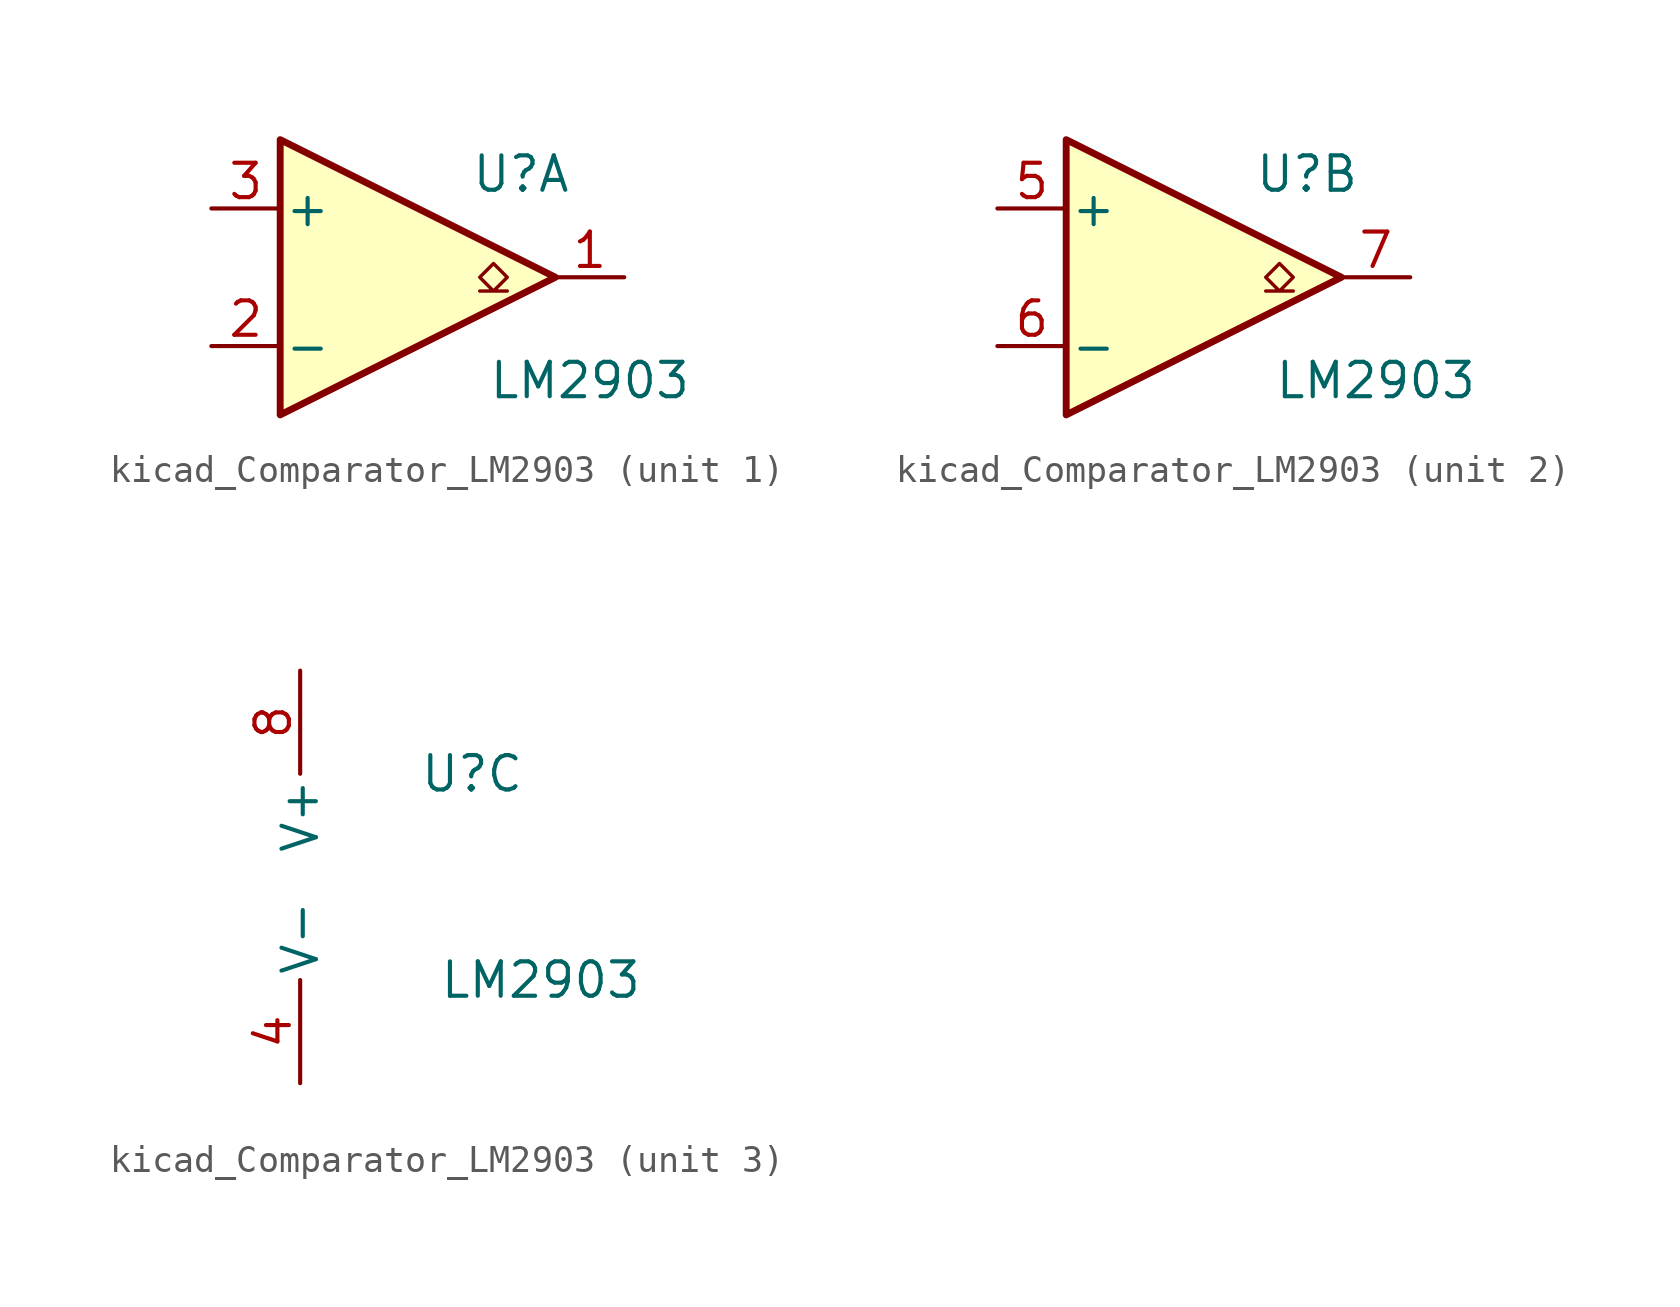
<source format=kicad_sym>
(kicad_symbol_lib
  (version 20220914)
  (generator kicad_symbol_editor)
  (symbol "kicad_Comparator_LM2903"
    (pin_names
      (offset 0.127))
    (property "Reference" "U"
      (at 3.81 3.81 0)
      (effects (font (size 1.27 1.27))))
    (property "Value" "LM2903"
      (at 6.35 -3.81 0)
      (effects (font (size 1.27 1.27))))
    (property "ki_locked" ""
      (at 0 0 0)
      (effects (font (size 1.27 1.27))))
    (symbol "kicad_Comparator_LM2903_1_1"
      (polyline (pts (xy -5.08 5.08) (xy 5.08 0) (xy -5.08 -5.08) (xy -5.08 5.08)) (stroke (width 0.254) (type default)) (fill (type background)))
      (polyline (pts (xy 3.302 -0.508) (xy 2.794 -0.508) (xy 3.302 0) (xy 2.794 0.508) (xy 2.286 0) (xy 2.794 -0.508) (xy 2.286 -0.508)) (stroke (width 0.127) (type default)) (fill (type none)))
      (pin open_collector line (at 7.62 0 180) (length 2.54) (name "~" (effects (font (size 1.27 1.27)))) (number "1" (effects (font (size 1.27 1.27)))))
      (pin input line (at -7.62 -2.54 0) (length 2.54) (name "-" (effects (font (size 1.27 1.27)))) (number "2" (effects (font (size 1.27 1.27)))))
      (pin input line (at -7.62 2.54 0) (length 2.54) (name "+" (effects (font (size 1.27 1.27)))) (number "3" (effects (font (size 1.27 1.27))))))
    (symbol "kicad_Comparator_LM2903_2_1"
      (polyline (pts (xy -5.08 5.08) (xy 5.08 0) (xy -5.08 -5.08) (xy -5.08 5.08)) (stroke (width 0.254) (type default)) (fill (type background)))
      (polyline (pts (xy 3.302 -0.508) (xy 2.794 -0.508) (xy 3.302 0) (xy 2.794 0.508) (xy 2.286 0) (xy 2.794 -0.508) (xy 2.286 -0.508)) (stroke (width 0.127) (type default)) (fill (type none)))
      (pin input line (at -7.62 2.54 0) (length 2.54) (name "+" (effects (font (size 1.27 1.27)))) (number "5" (effects (font (size 1.27 1.27)))))
      (pin input line (at -7.62 -2.54 0) (length 2.54) (name "-" (effects (font (size 1.27 1.27)))) (number "6" (effects (font (size 1.27 1.27)))))
      (pin open_collector line (at 7.62 0 180) (length 2.54) (name "~" (effects (font (size 1.27 1.27)))) (number "7" (effects (font (size 1.27 1.27))))))
    (symbol "kicad_Comparator_LM2903_3_1"
      (pin power_in line (at -2.54 -7.62 90) (length 3.81) (name "V-" (effects (font (size 1.27 1.27)))) (number "4" (effects (font (size 1.27 1.27)))))
      (pin power_in line (at -2.54 7.62 270) (length 3.81) (name "V+" (effects (font (size 1.27 1.27)))) (number "8" (effects (font (size 1.27 1.27))))))))
</source>
